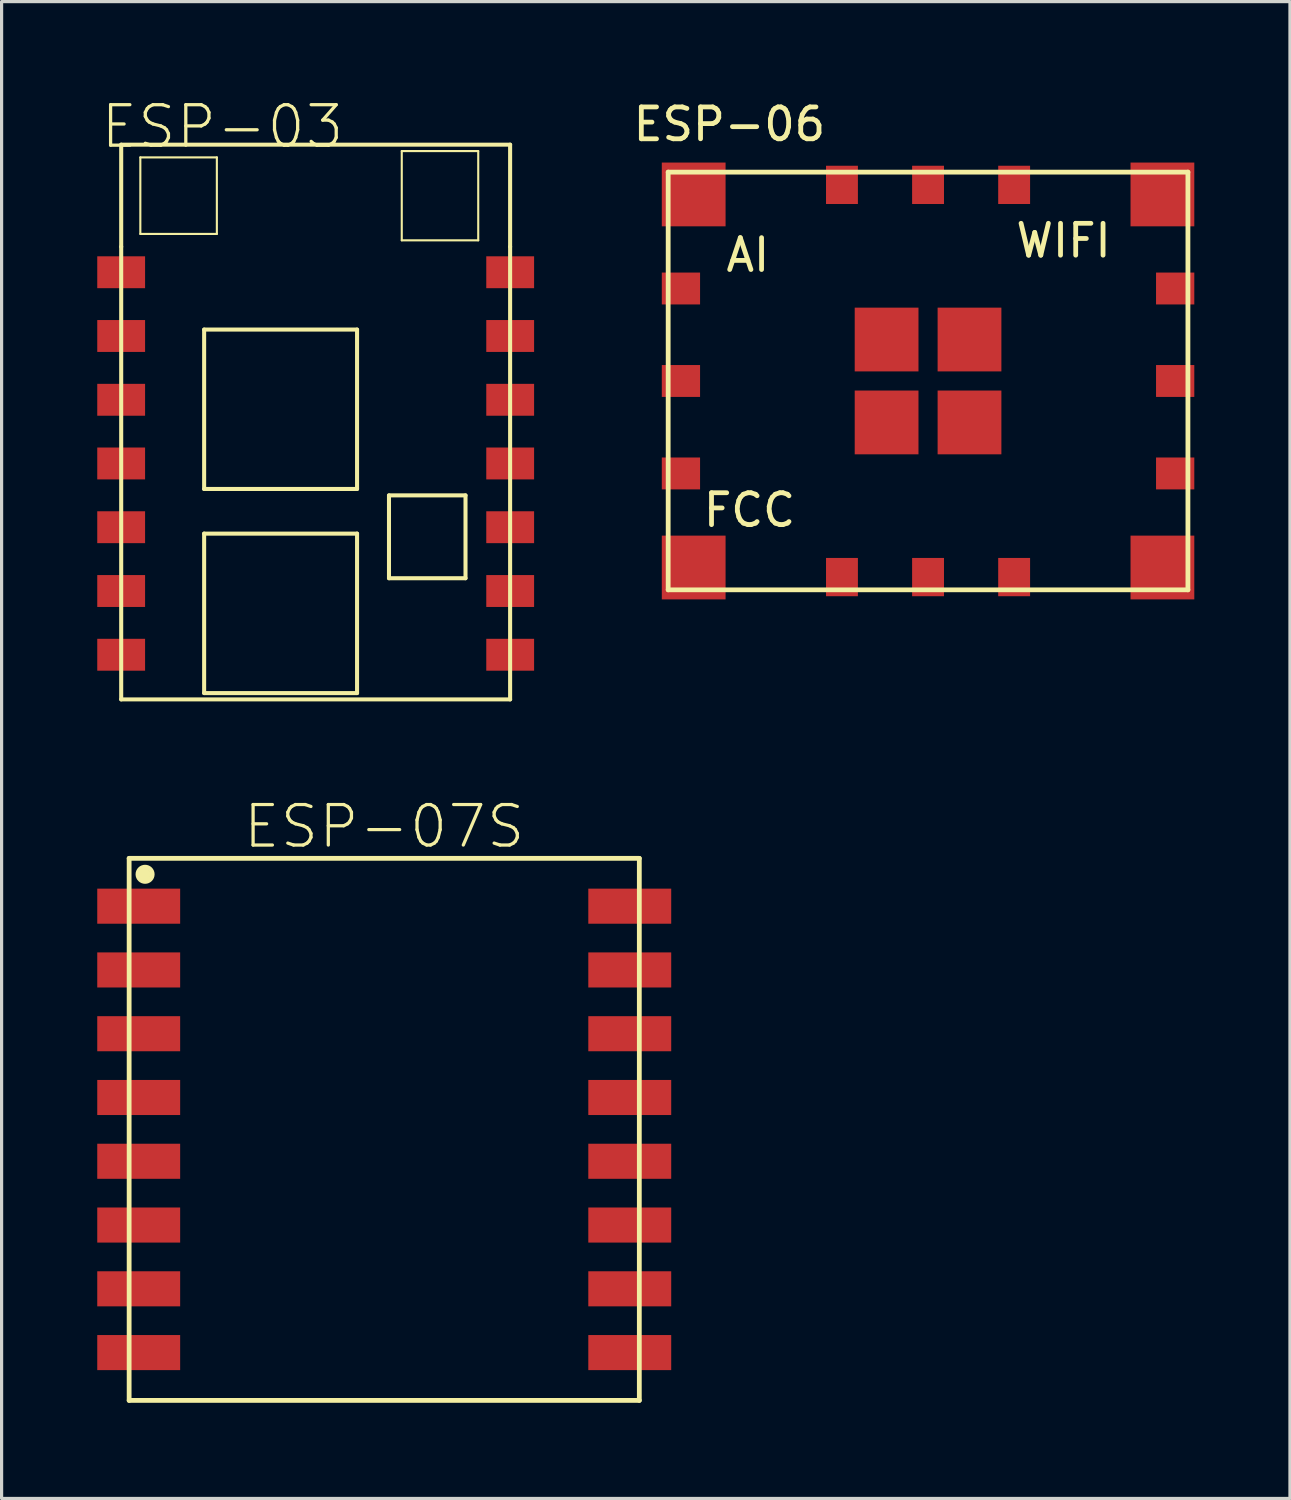
<source format=kicad_pcb>
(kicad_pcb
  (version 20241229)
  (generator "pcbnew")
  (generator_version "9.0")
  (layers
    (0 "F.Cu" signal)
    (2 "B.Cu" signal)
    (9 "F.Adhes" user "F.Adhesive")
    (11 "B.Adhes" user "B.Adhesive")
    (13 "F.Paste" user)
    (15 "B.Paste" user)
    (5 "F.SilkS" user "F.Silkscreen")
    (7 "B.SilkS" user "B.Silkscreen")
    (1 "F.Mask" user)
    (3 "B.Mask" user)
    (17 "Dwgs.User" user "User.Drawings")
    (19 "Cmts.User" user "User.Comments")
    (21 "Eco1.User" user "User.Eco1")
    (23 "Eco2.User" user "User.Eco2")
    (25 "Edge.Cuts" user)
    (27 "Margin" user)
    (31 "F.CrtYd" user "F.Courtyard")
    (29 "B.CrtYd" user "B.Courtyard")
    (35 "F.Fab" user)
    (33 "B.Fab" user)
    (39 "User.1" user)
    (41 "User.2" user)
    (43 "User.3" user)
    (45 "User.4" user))
  (footprint "ESP-07S"
    (layer "F.Cu")
    (at 9 32.369)
    (property "Reference" "ESP-07S" (at 0 -9.5 0) (layer "F.SilkS") (effects (font (size 1.27 1.27) (thickness 0.102))))
    (attr smd)
    (fp_line (start -8 -8.5) (end 8 -8.5) (stroke (width 0.15) (type solid)) (layer "F.SilkS"))
    (fp_line (start -8 8.5) (end -8 -8.5) (stroke (width 0.15) (type solid)) (layer "F.SilkS"))
    (fp_line (start 8 -8.5) (end 8 8.5) (stroke (width 0.15) (type solid)) (layer "F.SilkS"))
    (fp_line (start 8 8.5) (end -8 8.5) (stroke (width 0.15) (type solid)) (layer "F.SilkS"))
    (fp_circle (center -7.6 -8) (end -7.5 -8) (stroke (width 0.15) (type solid)) (fill no) (layer "F.SilkS"))
    (fp_circle (center -7.5 -8) (end -7.4 -8) (stroke (width 0.15) (type solid)) (fill no) (layer "F.SilkS"))
    (fp_circle (center -7.5 -8) (end -7.3 -8.1) (stroke (width 0.15) (type solid)) (fill no) (layer "F.SilkS"))
    (pad "1" smd rect (at -7.7 -7) (size 2.6 1.1) (layers "F.Cu" "F.Mask" "F.Paste"))
    (pad "2" smd rect (at -7.7 -5) (size 2.6 1.1) (layers "F.Cu" "F.Mask" "F.Paste"))
    (pad "3" smd rect (at -7.7 -3) (size 2.6 1.1) (layers "F.Cu" "F.Mask" "F.Paste"))
    (pad "4" smd rect (at -7.7 -1) (size 2.6 1.1) (layers "F.Cu" "F.Mask" "F.Paste"))
    (pad "5" smd rect (at -7.7 1) (size 2.6 1.1) (layers "F.Cu" "F.Mask" "F.Paste"))
    (pad "6" smd rect (at -7.7 3) (size 2.6 1.1) (layers "F.Cu" "F.Mask" "F.Paste"))
    (pad "7" smd rect (at -7.7 5) (size 2.6 1.1) (layers "F.Cu" "F.Mask" "F.Paste"))
    (pad "8" smd rect (at -7.7 7) (size 2.6 1.1) (layers "F.Cu" "F.Mask" "F.Paste"))
    (pad "9" smd rect (at 7.7 7) (size 2.6 1.1) (layers "F.Cu" "F.Mask" "F.Paste"))
    (pad "10" smd rect (at 7.7 5) (size 2.6 1.1) (layers "F.Cu" "F.Mask" "F.Paste"))
    (pad "11" smd rect (at 7.7 3) (size 2.6 1.1) (layers "F.Cu" "F.Mask" "F.Paste"))
    (pad "12" smd rect (at 7.7 1) (size 2.6 1.1) (layers "F.Cu" "F.Mask" "F.Paste"))
    (pad "13" smd rect (at 7.7 -1) (size 2.6 1.1) (layers "F.Cu" "F.Mask" "F.Paste"))
    (pad "14" smd rect (at 7.7 -3) (size 2.6 1.1) (layers "F.Cu" "F.Mask" "F.Paste"))
    (pad "15" smd rect (at 7.7 -5) (size 2.6 1.1) (layers "F.Cu" "F.Mask" "F.Paste"))
    (pad "16" smd rect (at 7.7 -7) (size 2.6 1.1) (layers "F.Cu" "F.Mask" "F.Paste")))
  (footprint "ESP-06"
    (layer "F.Cu")
    (at 26.055 8.898)
    (property "Reference" "ESP-06" (at -6.23 -8.05 0) (layer "F.SilkS") (effects (font (size 1 1) (thickness 0.15))))
    (attr through_hole)
    (fp_line (start -8.15 -6.55) (end -8.15 6.55) (stroke (width 0.15) (type solid)) (layer "F.SilkS"))
    (fp_line (start -8.15 6.55) (end 8.15 6.55) (stroke (width 0.15) (type solid)) (layer "F.SilkS"))
    (fp_line (start 8.15 -6.55) (end -8.15 -6.55) (stroke (width 0.15) (type solid)) (layer "F.SilkS"))
    (fp_line (start 8.15 6.55) (end 8.15 -6.55) (stroke (width 0.15) (type solid)) (layer "F.SilkS"))
    (fp_text user "AI" (at -5.65 -3.95 0) (layer "F.SilkS") (effects (font (size 1 1) (thickness 0.15))))
    (fp_text user "WIFI" (at 4.25 -4.4 0) (layer "F.SilkS") (effects (font (size 1 1) (thickness 0.15))))
    (fp_text user "FCC" (at -5.6 4.05 0) (layer "F.SilkS") (effects (font (size 1 1) (thickness 0.15))))
    (pad "1" smd rect (at -7.35 -5.85) (size 2 2) (layers "F.Cu" "F.Mask" "F.Paste"))
    (pad "2" smd rect (at -7.75 -2.9) (size 1.2 1) (layers "F.Cu" "F.Mask" "F.Paste"))
    (pad "3" smd rect (at -7.75 0) (size 1.2 1) (layers "F.Cu" "F.Mask" "F.Paste"))
    (pad "4" smd rect (at -7.75 2.9) (size 1.2 1) (layers "F.Cu" "F.Mask" "F.Paste"))
    (pad "5" smd rect (at -7.35 5.85) (size 2 2) (layers "F.Cu" "F.Mask" "F.Paste"))
    (pad "6" smd rect (at -2.7 6.15) (size 1 1.2) (layers "F.Cu" "F.Mask" "F.Paste"))
    (pad "7" smd rect (at 0 6.15) (size 1 1.2) (layers "F.Cu" "F.Mask" "F.Paste"))
    (pad "8" smd rect (at 2.7 6.15) (size 1 1.2) (layers "F.Cu" "F.Mask" "F.Paste"))
    (pad "9" smd rect (at 7.35 5.85) (size 2 2) (layers "F.Cu" "F.Mask" "F.Paste"))
    (pad "10" smd rect (at 7.75 2.9) (size 1.2 1) (layers "F.Cu" "F.Mask" "F.Paste"))
    (pad "11" smd rect (at 7.75 0) (size 1.2 1) (layers "F.Cu" "F.Mask" "F.Paste"))
    (pad "12" smd rect (at 7.75 -2.9) (size 1.2 1) (layers "F.Cu" "F.Mask" "F.Paste"))
    (pad "13" smd rect (at 7.35 -5.85) (size 2 2) (layers "F.Cu" "F.Mask" "F.Paste"))
    (pad "14" smd rect (at 2.7 -6.15) (size 1 1.2) (layers "F.Cu" "F.Mask" "F.Paste"))
    (pad "15" smd rect (at 0 -6.15) (size 1 1.2) (layers "F.Cu" "F.Mask" "F.Paste"))
    (pad "16" smd rect (at -2.7 -6.15) (size 1 1.2) (layers "F.Cu" "F.Mask" "F.Paste"))
    (pad "17" smd rect (at -1.3 -1.3) (size 2 2) (layers "F.Cu" "F.Mask" "F.Paste"))
    (pad "18" smd rect (at -1.3 1.3) (size 2 2) (layers "F.Cu" "F.Mask" "F.Paste"))
    (pad "19" smd rect (at 1.3 1.3) (size 2 2) (layers "F.Cu" "F.Mask" "F.Paste"))
    (pad "20" smd rect (at 1.3 -1.3) (size 2 2) (layers "F.Cu" "F.Mask" "F.Paste")))
  (footprint "ESP-03"
    (layer "F.Cu")
    (at 0.75 5.286)
    (property "Reference" "ESP-03" (at 3.176 -4.365 0) (layer "F.SilkS") (effects (font (size 1.27 1.27) (thickness 0.102))))
    (attr smd)
    (fp_line (start 0.001 -3.799) (end 0.001 -0.598) (stroke (width 0.127) (type solid)) (layer "F.SilkS"))
    (fp_line (start 0.001 -3.799) (end 12.198 -3.799) (stroke (width 0.127) (type solid)) (layer "F.SilkS"))
    (fp_line (start 0.001 -0.598) (end 0.001 13.598) (stroke (width 0.127) (type solid)) (layer "F.SilkS"))
    (fp_line (start 0.001 13.598) (end 12.198 13.598) (stroke (width 0.127) (type solid)) (layer "F.SilkS"))
    (fp_line (start 0.601 -3.4) (end 3.001 -3.4) (stroke (width 0.066) (type solid)) (layer "F.SilkS"))
    (fp_line (start 0.601 -0.999) (end 0.601 -3.4) (stroke (width 0.066) (type solid)) (layer "F.SilkS"))
    (fp_line (start 0.601 -0.999) (end 3.001 -0.999) (stroke (width 0.066) (type solid)) (layer "F.SilkS"))
    (fp_line (start 2.602 2) (end 2.602 6.999) (stroke (width 0.127) (type solid)) (layer "F.SilkS"))
    (fp_line (start 2.602 6.999) (end 7.398 6.999) (stroke (width 0.127) (type solid)) (layer "F.SilkS"))
    (fp_line (start 2.602 8.399) (end 2.602 13.4) (stroke (width 0.127) (type solid)) (layer "F.SilkS"))
    (fp_line (start 2.602 13.4) (end 7.398 13.4) (stroke (width 0.127) (type solid)) (layer "F.SilkS"))
    (fp_line (start 3.001 -0.999) (end 3.001 -3.4) (stroke (width 0.066) (type solid)) (layer "F.SilkS"))
    (fp_line (start 7.398 2) (end 2.602 2) (stroke (width 0.127) (type solid)) (layer "F.SilkS"))
    (fp_line (start 7.398 6.999) (end 7.398 2) (stroke (width 0.127) (type solid)) (layer "F.SilkS"))
    (fp_line (start 7.398 8.399) (end 2.602 8.399) (stroke (width 0.127) (type solid)) (layer "F.SilkS"))
    (fp_line (start 7.398 13.4) (end 7.398 8.399) (stroke (width 0.127) (type solid)) (layer "F.SilkS"))
    (fp_line (start 8.399 7.2) (end 8.399 9.798) (stroke (width 0.127) (type solid)) (layer "F.SilkS"))
    (fp_line (start 8.399 9.798) (end 10.799 9.798) (stroke (width 0.127) (type solid)) (layer "F.SilkS"))
    (fp_line (start 8.8 -3.598) (end 11.198 -3.598) (stroke (width 0.066) (type solid)) (layer "F.SilkS"))
    (fp_line (start 8.8 -0.799) (end 8.8 -3.598) (stroke (width 0.066) (type solid)) (layer "F.SilkS"))
    (fp_line (start 8.8 -0.799) (end 11.198 -0.799) (stroke (width 0.066) (type solid)) (layer "F.SilkS"))
    (fp_line (start 10.799 7.2) (end 8.399 7.2) (stroke (width 0.127) (type solid)) (layer "F.SilkS"))
    (fp_line (start 10.799 9.798) (end 10.799 7.2) (stroke (width 0.127) (type solid)) (layer "F.SilkS"))
    (fp_line (start 11.198 -0.799) (end 11.198 -3.598) (stroke (width 0.066) (type solid)) (layer "F.SilkS"))
    (fp_line (start 12.198 -3.799) (end 12.198 -0.598) (stroke (width 0.127) (type solid)) (layer "F.SilkS"))
    (fp_line (start 12.198 -0.598) (end 12.198 13.598) (stroke (width 0.127) (type solid)) (layer "F.SilkS"))
    (pad "1" smd rect (at 12.2 12.198) (size 1.5 1) (layers "F.Cu" "F.Mask" "F.Paste"))
    (pad "2" smd rect (at 12.2 10.199) (size 1.5 1) (layers "F.Cu" "F.Mask" "F.Paste"))
    (pad "3" smd rect (at 12.2 8.198) (size 1.5 1) (layers "F.Cu" "F.Mask" "F.Paste"))
    (pad "4" smd rect (at 12.2 6.199) (size 1.5 1) (layers "F.Cu" "F.Mask" "F.Paste"))
    (pad "5" smd rect (at 12.2 4.202) (size 1.5 1) (layers "F.Cu" "F.Mask" "F.Paste"))
    (pad "6" smd rect (at 12.2 2.201) (size 1.5 1) (layers "F.Cu" "F.Mask" "F.Paste"))
    (pad "7" smd rect (at 12.2 0.202) (size 1.5 1) (layers "F.Cu" "F.Mask" "F.Paste"))
    (pad "8" smd rect (at 0 0.202) (size 1.5 1) (layers "F.Cu" "F.Mask" "F.Paste"))
    (pad "9" smd rect (at 0 2.201) (size 1.5 1) (layers "F.Cu" "F.Mask" "F.Paste"))
    (pad "10" smd rect (at 0 4.202) (size 1.5 1) (layers "F.Cu" "F.Mask" "F.Paste"))
    (pad "11" smd rect (at 0 6.199) (size 1.5 1) (layers "F.Cu" "F.Mask" "F.Paste"))
    (pad "12" smd rect (at 0 8.198) (size 1.5 1) (layers "F.Cu" "F.Mask" "F.Paste"))
    (pad "13" smd rect (at 0 10.199) (size 1.5 1) (layers "F.Cu" "F.Mask" "F.Paste"))
    (pad "14" smd rect (at 0 12.198) (size 1.5 1) (layers "F.Cu" "F.Mask" "F.Paste")))
  (gr_rect
    (start -3 -3)
    (end 37.405 43.944)
    (stroke (width 0.1) (type default))
    (fill no)
    (layer "Edge.Cuts")))
</source>
